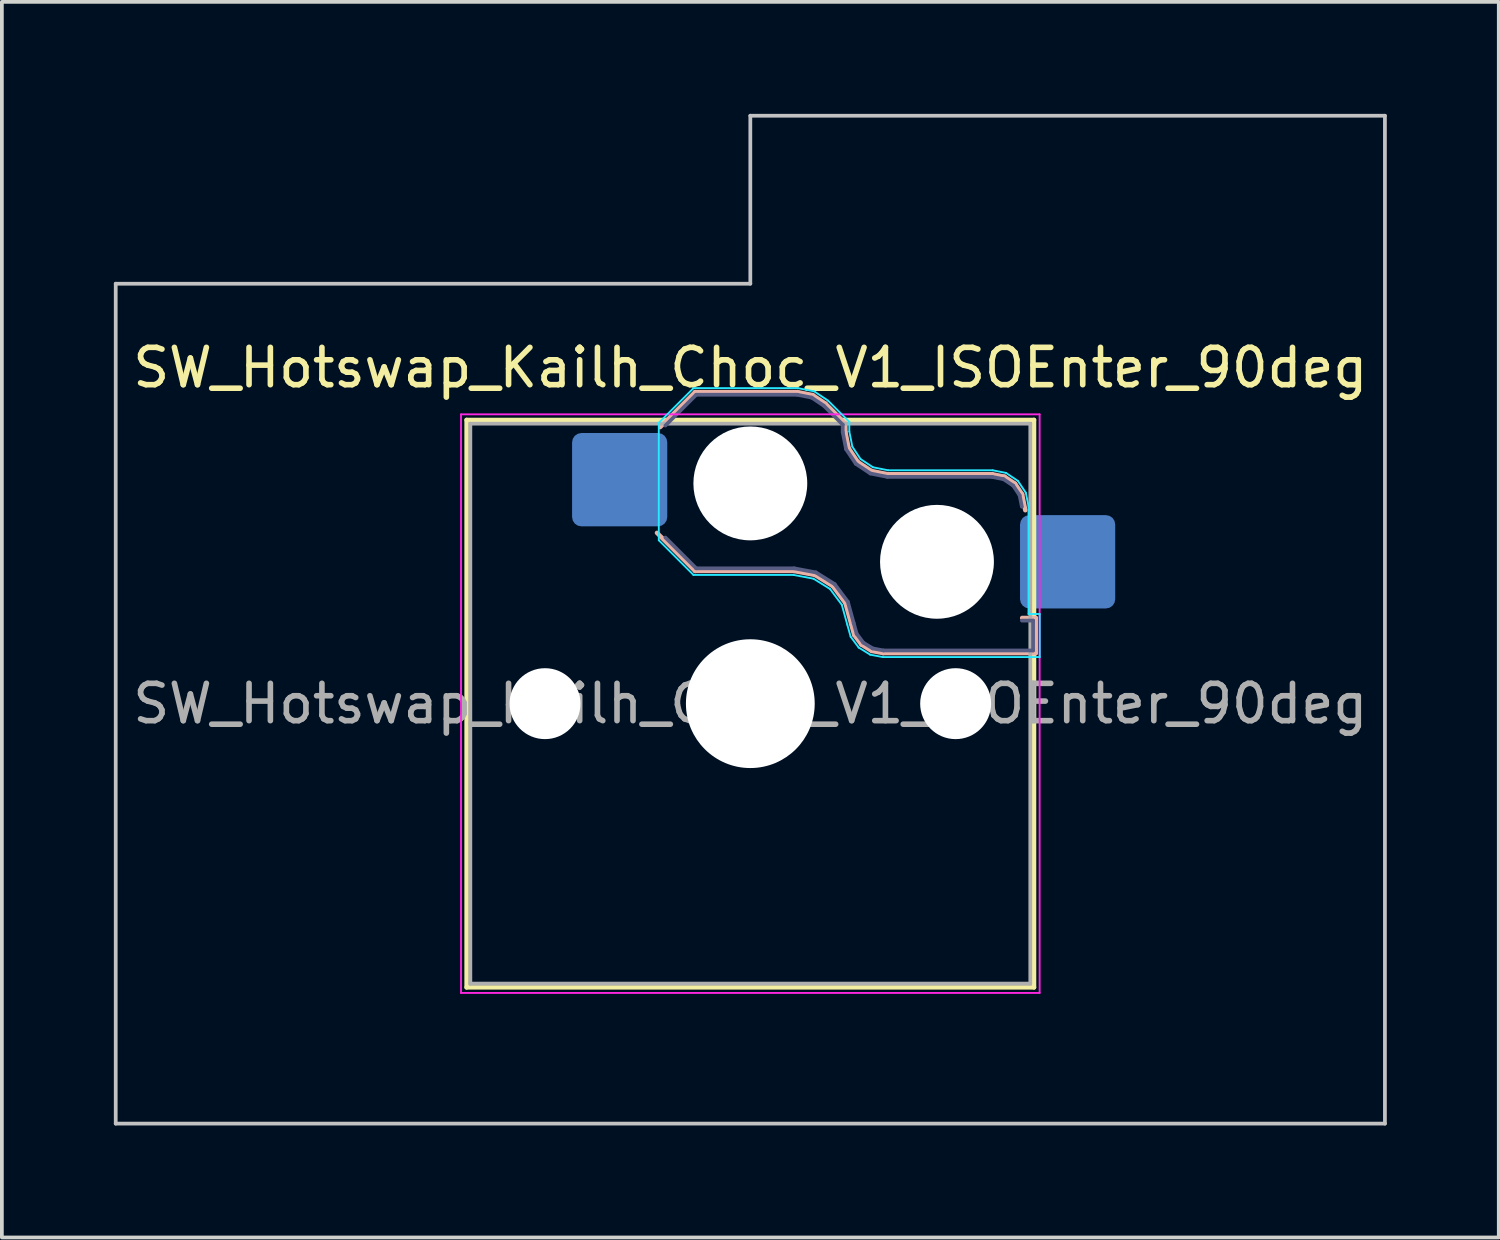
<source format=kicad_pcb>
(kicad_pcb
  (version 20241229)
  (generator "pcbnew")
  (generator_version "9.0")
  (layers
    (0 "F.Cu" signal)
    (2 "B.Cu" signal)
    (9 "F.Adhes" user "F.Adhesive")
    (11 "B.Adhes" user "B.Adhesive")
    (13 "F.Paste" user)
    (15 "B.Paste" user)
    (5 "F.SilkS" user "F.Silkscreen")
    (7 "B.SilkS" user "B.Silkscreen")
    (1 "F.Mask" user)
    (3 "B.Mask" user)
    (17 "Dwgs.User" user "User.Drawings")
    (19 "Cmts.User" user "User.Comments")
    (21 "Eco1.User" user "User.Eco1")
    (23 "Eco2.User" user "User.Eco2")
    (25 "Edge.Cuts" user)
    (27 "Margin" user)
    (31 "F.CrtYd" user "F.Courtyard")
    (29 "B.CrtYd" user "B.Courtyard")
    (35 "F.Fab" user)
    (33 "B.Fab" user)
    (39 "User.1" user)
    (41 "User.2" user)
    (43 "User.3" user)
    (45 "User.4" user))
  (footprint "SW_Hotswap_Kailh_Choc_V1_ISOEnter_90deg"
    (layer "F.Cu")
    (at 17.05 15.8)
    (property "Reference" "SW_Hotswap_Kailh_Choc_V1_ISOEnter_90deg" (at 0 -9 0) (layer "F.SilkS") (effects (font (size 1 1) (thickness 0.15))))
    (attr smd)
    (fp_line (start -7.6 -7.6) (end -7.6 7.6) (stroke (width 0.12) (type solid)) (layer "F.SilkS"))
    (fp_line (start -7.6 7.6) (end 7.6 7.6) (stroke (width 0.12) (type solid)) (layer "F.SilkS"))
    (fp_line (start 7.6 -7.6) (end -7.6 -7.6) (stroke (width 0.12) (type solid)) (layer "F.SilkS"))
    (fp_line (start 7.6 7.6) (end 7.6 -7.6) (stroke (width 0.12) (type solid)) (layer "F.SilkS"))
    (fp_line (start -2.416 -7.409) (end -1.479 -8.346) (stroke (width 0.12) (type solid)) (layer "B.SilkS"))
    (fp_line (start -1.479 -8.346) (end 1.268 -8.346) (stroke (width 0.12) (type solid)) (layer "B.SilkS"))
    (fp_line (start -1.479 -3.554) (end -2.5 -4.575) (stroke (width 0.12) (type solid)) (layer "B.SilkS"))
    (fp_line (start 1.168 -3.554) (end -1.479 -3.554) (stroke (width 0.12) (type solid)) (layer "B.SilkS"))
    (fp_line (start 1.268 -8.346) (end 1.671 -8.266) (stroke (width 0.12) (type solid)) (layer "B.SilkS"))
    (fp_line (start 1.671 -8.266) (end 2.013 -8.037) (stroke (width 0.12) (type solid)) (layer "B.SilkS"))
    (fp_line (start 1.73 -3.449) (end 1.168 -3.554) (stroke (width 0.12) (type solid)) (layer "B.SilkS"))
    (fp_line (start 2.013 -8.037) (end 2.546 -7.504) (stroke (width 0.12) (type solid)) (layer "B.SilkS"))
    (fp_line (start 2.209 -3.15) (end 1.73 -3.449) (stroke (width 0.12) (type solid)) (layer "B.SilkS"))
    (fp_line (start 2.546 -7.504) (end 2.546 -7.282) (stroke (width 0.12) (type solid)) (layer "B.SilkS"))
    (fp_line (start 2.546 -7.282) (end 2.633 -6.844) (stroke (width 0.12) (type solid)) (layer "B.SilkS"))
    (fp_line (start 2.547 -2.697) (end 2.209 -3.15) (stroke (width 0.12) (type solid)) (layer "B.SilkS"))
    (fp_line (start 2.633 -6.844) (end 2.877 -6.477) (stroke (width 0.12) (type solid)) (layer "B.SilkS"))
    (fp_line (start 2.701 -2.139) (end 2.547 -2.697) (stroke (width 0.12) (type solid)) (layer "B.SilkS"))
    (fp_line (start 2.783 -1.841) (end 2.701 -2.139) (stroke (width 0.12) (type solid)) (layer "B.SilkS"))
    (fp_line (start 2.877 -6.477) (end 3.244 -6.233) (stroke (width 0.12) (type solid)) (layer "B.SilkS"))
    (fp_line (start 2.976 -1.583) (end 2.783 -1.841) (stroke (width 0.12) (type solid)) (layer "B.SilkS"))
    (fp_line (start 3.244 -6.233) (end 3.682 -6.146) (stroke (width 0.12) (type solid)) (layer "B.SilkS"))
    (fp_line (start 3.25 -1.413) (end 2.976 -1.583) (stroke (width 0.12) (type solid)) (layer "B.SilkS"))
    (fp_line (start 3.56 -1.354) (end 3.25 -1.413) (stroke (width 0.12) (type solid)) (layer "B.SilkS"))
    (fp_line (start 3.682 -6.146) (end 6.482 -6.146) (stroke (width 0.12) (type solid)) (layer "B.SilkS"))
    (fp_line (start 6.482 -6.146) (end 6.809 -6.081) (stroke (width 0.12) (type solid)) (layer "B.SilkS"))
    (fp_line (start 6.809 -6.081) (end 7.092 -5.892) (stroke (width 0.12) (type solid)) (layer "B.SilkS"))
    (fp_line (start 7.092 -5.892) (end 7.281 -5.609) (stroke (width 0.12) (type solid)) (layer "B.SilkS"))
    (fp_line (start 7.281 -5.609) (end 7.366 -5.182) (stroke (width 0.12) (type solid)) (layer "B.SilkS"))
    (fp_line (start 7.283 -2.296) (end 7.646 -2.296) (stroke (width 0.12) (type solid)) (layer "B.SilkS"))
    (fp_line (start 7.646 -2.296) (end 7.646 -1.354) (stroke (width 0.12) (type solid)) (layer "B.SilkS"))
    (fp_line (start 7.646 -1.354) (end 3.56 -1.354) (stroke (width 0.12) (type solid)) (layer "B.SilkS"))
    (fp_line (start -17 -11.25) (end -17 11.25) (stroke (width 0.1) (type solid)) (layer "Dwgs.User"))
    (fp_line (start -17 11.25) (end 17 11.25) (stroke (width 0.1) (type solid)) (layer "Dwgs.User"))
    (fp_line (start 0 -15.75) (end 0 -11.25) (stroke (width 0.1) (type solid)) (layer "Dwgs.User"))
    (fp_line (start 0 -11.25) (end -17 -11.25) (stroke (width 0.1) (type solid)) (layer "Dwgs.User"))
    (fp_line (start 17 -15.75) (end 0 -15.75) (stroke (width 0.1) (type solid)) (layer "Dwgs.User"))
    (fp_line (start 17 11.25) (end 17 -15.75) (stroke (width 0.1) (type solid)) (layer "Dwgs.User"))
    (fp_line (start -7.25 -7.25) (end -7.25 7.25) (stroke (width 0.1) (type solid)) (layer "Eco1.User"))
    (fp_line (start -7.25 7.25) (end 7.25 7.25) (stroke (width 0.1) (type solid)) (layer "Eco1.User"))
    (fp_line (start 7.25 -7.25) (end -7.25 -7.25) (stroke (width 0.1) (type solid)) (layer "Eco1.User"))
    (fp_line (start 7.25 7.25) (end 7.25 -7.25) (stroke (width 0.1) (type solid)) (layer "Eco1.User"))
    (fp_line (start -2.452 -7.523) (end -1.523 -8.452) (stroke (width 0.05) (type solid)) (layer "B.CrtYd"))
    (fp_line (start -2.452 -4.377) (end -2.452 -7.523) (stroke (width 0.05) (type solid)) (layer "B.CrtYd"))
    (fp_line (start -1.523 -8.452) (end 1.278 -8.452) (stroke (width 0.05) (type solid)) (layer "B.CrtYd"))
    (fp_line (start -1.523 -3.448) (end -2.452 -4.377) (stroke (width 0.05) (type solid)) (layer "B.CrtYd"))
    (fp_line (start 1.159 -3.448) (end -1.523 -3.448) (stroke (width 0.05) (type solid)) (layer "B.CrtYd"))
    (fp_line (start 1.278 -8.452) (end 1.712 -8.366) (stroke (width 0.05) (type solid)) (layer "B.CrtYd"))
    (fp_line (start 1.691 -3.348) (end 1.159 -3.448) (stroke (width 0.05) (type solid)) (layer "B.CrtYd"))
    (fp_line (start 1.712 -8.366) (end 2.081 -8.119) (stroke (width 0.05) (type solid)) (layer "B.CrtYd"))
    (fp_line (start 2.081 -8.119) (end 2.652 -7.548) (stroke (width 0.05) (type solid)) (layer "B.CrtYd"))
    (fp_line (start 2.136 -3.071) (end 1.691 -3.348) (stroke (width 0.05) (type solid)) (layer "B.CrtYd"))
    (fp_line (start 2.45 -2.65) (end 2.136 -3.071) (stroke (width 0.05) (type solid)) (layer "B.CrtYd"))
    (fp_line (start 2.599 -2.111) (end 2.45 -2.65) (stroke (width 0.05) (type solid)) (layer "B.CrtYd"))
    (fp_line (start 2.652 -7.548) (end 2.652 -7.292) (stroke (width 0.05) (type solid)) (layer "B.CrtYd"))
    (fp_line (start 2.652 -7.292) (end 2.733 -6.885) (stroke (width 0.05) (type solid)) (layer "B.CrtYd"))
    (fp_line (start 2.687 -1.794) (end 2.599 -2.111) (stroke (width 0.05) (type solid)) (layer "B.CrtYd"))
    (fp_line (start 2.733 -6.885) (end 2.953 -6.553) (stroke (width 0.05) (type solid)) (layer "B.CrtYd"))
    (fp_line (start 2.903 -1.503) (end 2.687 -1.794) (stroke (width 0.05) (type solid)) (layer "B.CrtYd"))
    (fp_line (start 2.953 -6.553) (end 3.285 -6.333) (stroke (width 0.05) (type solid)) (layer "B.CrtYd"))
    (fp_line (start 3.211 -1.312) (end 2.903 -1.503) (stroke (width 0.05) (type solid)) (layer "B.CrtYd"))
    (fp_line (start 3.285 -6.333) (end 3.692 -6.252) (stroke (width 0.05) (type solid)) (layer "B.CrtYd"))
    (fp_line (start 3.55 -1.248) (end 3.211 -1.312) (stroke (width 0.05) (type solid)) (layer "B.CrtYd"))
    (fp_line (start 3.692 -6.252) (end 6.492 -6.252) (stroke (width 0.05) (type solid)) (layer "B.CrtYd"))
    (fp_line (start 6.492 -6.252) (end 6.85 -6.181) (stroke (width 0.05) (type solid)) (layer "B.CrtYd"))
    (fp_line (start 6.85 -6.181) (end 7.168 -5.968) (stroke (width 0.05) (type solid)) (layer "B.CrtYd"))
    (fp_line (start 7.168 -5.968) (end 7.381 -5.65) (stroke (width 0.05) (type solid)) (layer "B.CrtYd"))
    (fp_line (start 7.381 -5.65) (end 7.452 -5.292) (stroke (width 0.05) (type solid)) (layer "B.CrtYd"))
    (fp_line (start 7.452 -5.292) (end 7.452 -2.402) (stroke (width 0.05) (type solid)) (layer "B.CrtYd"))
    (fp_line (start 7.452 -2.402) (end 7.752 -2.402) (stroke (width 0.05) (type solid)) (layer "B.CrtYd"))
    (fp_line (start 7.752 -2.402) (end 7.752 -1.248) (stroke (width 0.05) (type solid)) (layer "B.CrtYd"))
    (fp_line (start 7.752 -1.248) (end 3.55 -1.248) (stroke (width 0.05) (type solid)) (layer "B.CrtYd"))
    (fp_line (start -7.75 -7.75) (end -7.75 7.75) (stroke (width 0.05) (type solid)) (layer "F.CrtYd"))
    (fp_line (start -7.75 7.75) (end 7.75 7.75) (stroke (width 0.05) (type solid)) (layer "F.CrtYd"))
    (fp_line (start 7.75 -7.75) (end -7.75 -7.75) (stroke (width 0.05) (type solid)) (layer "F.CrtYd"))
    (fp_line (start 7.75 7.75) (end 7.75 -7.75) (stroke (width 0.05) (type solid)) (layer "F.CrtYd"))
    (fp_line (start -2.275 -7.45) (end -1.45 -8.275) (stroke (width 0.1) (type solid)) (layer "B.Fab"))
    (fp_line (start -1.45 -8.275) (end 1.261 -8.275) (stroke (width 0.1) (type solid)) (layer "B.Fab"))
    (fp_line (start -1.45 -3.625) (end -2.275 -4.45) (stroke (width 0.1) (type solid)) (layer "B.Fab"))
    (fp_line (start 1.175 -3.625) (end -1.45 -3.625) (stroke (width 0.1) (type solid)) (layer "B.Fab"))
    (fp_line (start 1.261 -8.275) (end 1.643 -8.199) (stroke (width 0.1) (type solid)) (layer "B.Fab"))
    (fp_line (start 1.643 -8.199) (end 1.968 -7.982) (stroke (width 0.1) (type solid)) (layer "B.Fab"))
    (fp_line (start 1.756 -3.516) (end 1.175 -3.625) (stroke (width 0.1) (type solid)) (layer "B.Fab"))
    (fp_line (start 1.968 -7.982) (end 2.475 -7.475) (stroke (width 0.1) (type solid)) (layer "B.Fab"))
    (fp_line (start 2.258 -3.203) (end 1.756 -3.516) (stroke (width 0.1) (type solid)) (layer "B.Fab"))
    (fp_line (start 2.475 -7.475) (end 2.475 -7.275) (stroke (width 0.1) (type solid)) (layer "B.Fab"))
    (fp_line (start 2.475 -7.275) (end 2.566 -6.816) (stroke (width 0.1) (type solid)) (layer "B.Fab"))
    (fp_line (start 2.566 -6.816) (end 2.826 -6.426) (stroke (width 0.1) (type solid)) (layer "B.Fab"))
    (fp_line (start 2.612 -2.729) (end 2.258 -3.203) (stroke (width 0.1) (type solid)) (layer "B.Fab"))
    (fp_line (start 2.769 -2.158) (end 2.612 -2.729) (stroke (width 0.1) (type solid)) (layer "B.Fab"))
    (fp_line (start 2.826 -6.426) (end 3.216 -6.166) (stroke (width 0.1) (type solid)) (layer "B.Fab"))
    (fp_line (start 2.848 -1.873) (end 2.769 -2.158) (stroke (width 0.1) (type solid)) (layer "B.Fab"))
    (fp_line (start 3.025 -1.636) (end 2.848 -1.873) (stroke (width 0.1) (type solid)) (layer "B.Fab"))
    (fp_line (start 3.216 -6.166) (end 3.675 -6.075) (stroke (width 0.1) (type solid)) (layer "B.Fab"))
    (fp_line (start 3.276 -1.48) (end 3.025 -1.636) (stroke (width 0.1) (type solid)) (layer "B.Fab"))
    (fp_line (start 3.567 -1.425) (end 3.276 -1.48) (stroke (width 0.1) (type solid)) (layer "B.Fab"))
    (fp_line (start 3.675 -6.075) (end 6.475 -6.075) (stroke (width 0.1) (type solid)) (layer "B.Fab"))
    (fp_line (start 6.475 -6.075) (end 6.781 -6.014) (stroke (width 0.1) (type solid)) (layer "B.Fab"))
    (fp_line (start 6.781 -6.014) (end 7.041 -5.841) (stroke (width 0.1) (type solid)) (layer "B.Fab"))
    (fp_line (start 7.041 -5.841) (end 7.214 -5.581) (stroke (width 0.1) (type solid)) (layer "B.Fab"))
    (fp_line (start 7.214 -5.581) (end 7.275 -5.275) (stroke (width 0.1) (type solid)) (layer "B.Fab"))
    (fp_line (start 7.275 -2.225) (end 7.575 -2.225) (stroke (width 0.1) (type solid)) (layer "B.Fab"))
    (fp_line (start 7.575 -2.225) (end 7.575 -1.425) (stroke (width 0.1) (type solid)) (layer "B.Fab"))
    (fp_line (start 7.575 -1.425) (end 3.567 -1.425) (stroke (width 0.1) (type solid)) (layer "B.Fab"))
    (fp_line (start -7.5 -7.5) (end -7.5 7.5) (stroke (width 0.1) (type solid)) (layer "F.Fab"))
    (fp_line (start -7.5 7.5) (end 7.5 7.5) (stroke (width 0.1) (type solid)) (layer "F.Fab"))
    (fp_line (start 7.5 -7.5) (end -7.5 -7.5) (stroke (width 0.1) (type solid)) (layer "F.Fab"))
    (fp_line (start 7.5 7.5) (end 7.5 -7.5) (stroke (width 0.1) (type solid)) (layer "F.Fab"))
    (fp_text user "${REFERENCE}" (at 0 0 0) (layer "F.Fab") (effects (font (size 1 1) (thickness 0.15))))
    (pad "" np_thru_hole circle (at -5.5 0) (size 1.9 1.9) (drill 1.9) (layers "*.Cu" "*.Mask"))
    (pad "" np_thru_hole circle (at 0 -5.9) (size 3.05 3.05) (drill 3.05) (layers "*.Cu" "*.Mask"))
    (pad "" np_thru_hole circle (at 0 0) (size 3.45 3.45) (drill 3.45) (layers "*.Cu" "*.Mask"))
    (pad "" np_thru_hole circle (at 5 -3.8) (size 3.05 3.05) (drill 3.05) (layers "*.Cu" "*.Mask"))
    (pad "" np_thru_hole circle (at 5.5 0) (size 1.9 1.9) (drill 1.9) (layers "*.Cu" "*.Mask"))
    (pad "1" smd roundrect (at -3.5 -6) (size 2.55 2.5) (layers "B.Cu" "B.Mask" "B.Paste") (roundrect_rratio 0.1))
    (pad "2" smd roundrect (at 8.5 -3.8) (size 2.55 2.5) (layers "B.Cu" "B.Mask" "B.Paste") (roundrect_rratio 0.1)))
  (gr_rect
    (start -3 -3)
    (end 37.1 30.1)
    (stroke (width 0.1) (type default))
    (fill no)
    (layer "Edge.Cuts")))
</source>
